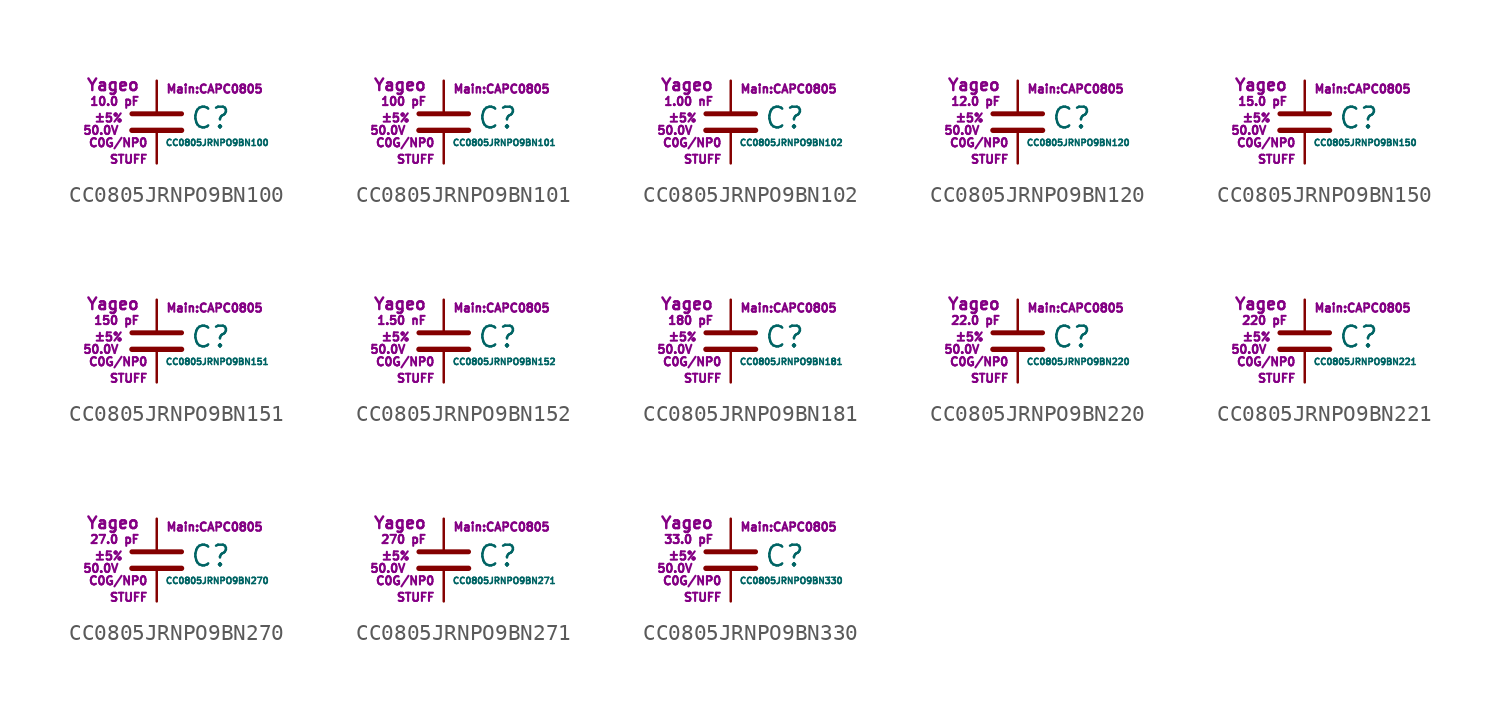
<source format=kicad_sym>
(kicad_symbol_lib
  (version 20211014)
  (generator kicad_symbol_editor)
  (symbol "CC0805JRNPO9BN100"
    (pin_numbers hide)
    (pin_names
      (offset 0.254) hide)
    (property "Reference" "C"
      (at 2.032 0.254 0)
      (effects (font (size 1.27 1.27)) (justify left)))
    (property "Value" "CC0805JRNPO9BN100"
      (at 0.508 -1.27 0)
      (effects (font (size 0.381 0.381)) (justify left)))
    (property "Footprint" "Main:CAPC0805"
      (at 3.556 2.032 0)
      (effects (font (size 0.508 0.508))))
    (property "Datasheet" ""
      (at 0.762 0.508 0)
      (effects (font (size 1.27 1.27))))
    (property "Manufacturer" "Yageo"
      (at -1.016 2.286 0)
      (effects (font (size 0.711 0.711)) (justify right)))
    (property "SKU" "STUFF"
      (at -0.508 -2.286 0)
      (effects (font (size 0.508 0.508)) (justify right)))
    (property "C" "10.0 pF"
      (at -1.016 1.27 0)
      (effects (font (size 0.508 0.508)) (justify right)))
    (property "Tol" "±5%"
      (at -2.032 0.254 0)
      (effects (font (size 0.508 0.508)) (justify right)))
    (property "Vmax" "50.0V"
      (at -2.286 -0.508 0)
      (effects (font (size 0.508 0.508)) (justify right)))
    (property "Type" "C0G/NP0"
      (at -0.508 -1.27 0)
      (effects (font (size 0.508 0.508)) (justify right)))
    (symbol "CC0805JRNPO9BN100_0_1"
      (polyline (pts (xy -1.524 -0.508) (xy 1.524 -0.508)) (stroke (width 0.33) (type default) (color 0 0 0 0)) (fill (type none)))
      (polyline (pts (xy -1.524 0.508) (xy 1.524 0.508)) (stroke (width 0.305) (type default) (color 0 0 0 0)) (fill (type none))))
    (symbol "CC0805JRNPO9BN100_1_1"
      (pin passive line (at 0 2.54 270) (length 1.905) (name "~" (effects (font (size 1.016 1.016)))) (number "1" (effects (font (size 1.016 1.016)))))
      (pin passive line (at 0 -2.54 90) (length 2.032) (name "~" (effects (font (size 1.016 1.016)))) (number "2" (effects (font (size 1.016 1.016)))))))
  (symbol "CC0805JRNPO9BN101"
    (pin_numbers hide)
    (pin_names
      (offset 0.254) hide)
    (property "Reference" "C"
      (at 2.032 0.254 0)
      (effects (font (size 1.27 1.27)) (justify left)))
    (property "Value" "CC0805JRNPO9BN101"
      (at 0.508 -1.27 0)
      (effects (font (size 0.381 0.381)) (justify left)))
    (property "Footprint" "Main:CAPC0805"
      (at 3.556 2.032 0)
      (effects (font (size 0.508 0.508))))
    (property "Datasheet" ""
      (at 0.762 0.508 0)
      (effects (font (size 1.27 1.27))))
    (property "Manufacturer" "Yageo"
      (at -1.016 2.286 0)
      (effects (font (size 0.711 0.711)) (justify right)))
    (property "SKU" "STUFF"
      (at -0.508 -2.286 0)
      (effects (font (size 0.508 0.508)) (justify right)))
    (property "C" "100 pF"
      (at -1.016 1.27 0)
      (effects (font (size 0.508 0.508)) (justify right)))
    (property "Tol" "±5%"
      (at -2.032 0.254 0)
      (effects (font (size 0.508 0.508)) (justify right)))
    (property "Vmax" "50.0V"
      (at -2.286 -0.508 0)
      (effects (font (size 0.508 0.508)) (justify right)))
    (property "Type" "C0G/NP0"
      (at -0.508 -1.27 0)
      (effects (font (size 0.508 0.508)) (justify right)))
    (symbol "CC0805JRNPO9BN101_0_1"
      (polyline (pts (xy -1.524 -0.508) (xy 1.524 -0.508)) (stroke (width 0.33) (type default) (color 0 0 0 0)) (fill (type none)))
      (polyline (pts (xy -1.524 0.508) (xy 1.524 0.508)) (stroke (width 0.305) (type default) (color 0 0 0 0)) (fill (type none))))
    (symbol "CC0805JRNPO9BN101_1_1"
      (pin passive line (at 0 2.54 270) (length 1.905) (name "~" (effects (font (size 1.016 1.016)))) (number "1" (effects (font (size 1.016 1.016)))))
      (pin passive line (at 0 -2.54 90) (length 2.032) (name "~" (effects (font (size 1.016 1.016)))) (number "2" (effects (font (size 1.016 1.016)))))))
  (symbol "CC0805JRNPO9BN102"
    (pin_numbers hide)
    (pin_names
      (offset 0.254) hide)
    (property "Reference" "C"
      (at 2.032 0.254 0)
      (effects (font (size 1.27 1.27)) (justify left)))
    (property "Value" "CC0805JRNPO9BN102"
      (at 0.508 -1.27 0)
      (effects (font (size 0.381 0.381)) (justify left)))
    (property "Footprint" "Main:CAPC0805"
      (at 3.556 2.032 0)
      (effects (font (size 0.508 0.508))))
    (property "Datasheet" ""
      (at 0.762 0.508 0)
      (effects (font (size 1.27 1.27))))
    (property "Manufacturer" "Yageo"
      (at -1.016 2.286 0)
      (effects (font (size 0.711 0.711)) (justify right)))
    (property "SKU" "STUFF"
      (at -0.508 -2.286 0)
      (effects (font (size 0.508 0.508)) (justify right)))
    (property "C" "1.00 nF"
      (at -1.016 1.27 0)
      (effects (font (size 0.508 0.508)) (justify right)))
    (property "Tol" "±5%"
      (at -2.032 0.254 0)
      (effects (font (size 0.508 0.508)) (justify right)))
    (property "Vmax" "50.0V"
      (at -2.286 -0.508 0)
      (effects (font (size 0.508 0.508)) (justify right)))
    (property "Type" "C0G/NP0"
      (at -0.508 -1.27 0)
      (effects (font (size 0.508 0.508)) (justify right)))
    (symbol "CC0805JRNPO9BN102_0_1"
      (polyline (pts (xy -1.524 -0.508) (xy 1.524 -0.508)) (stroke (width 0.33) (type default) (color 0 0 0 0)) (fill (type none)))
      (polyline (pts (xy -1.524 0.508) (xy 1.524 0.508)) (stroke (width 0.305) (type default) (color 0 0 0 0)) (fill (type none))))
    (symbol "CC0805JRNPO9BN102_1_1"
      (pin passive line (at 0 2.54 270) (length 1.905) (name "~" (effects (font (size 1.016 1.016)))) (number "1" (effects (font (size 1.016 1.016)))))
      (pin passive line (at 0 -2.54 90) (length 2.032) (name "~" (effects (font (size 1.016 1.016)))) (number "2" (effects (font (size 1.016 1.016)))))))
  (symbol "CC0805JRNPO9BN120"
    (pin_numbers hide)
    (pin_names
      (offset 0.254) hide)
    (property "Reference" "C"
      (at 2.032 0.254 0)
      (effects (font (size 1.27 1.27)) (justify left)))
    (property "Value" "CC0805JRNPO9BN120"
      (at 0.508 -1.27 0)
      (effects (font (size 0.381 0.381)) (justify left)))
    (property "Footprint" "Main:CAPC0805"
      (at 3.556 2.032 0)
      (effects (font (size 0.508 0.508))))
    (property "Datasheet" ""
      (at 0.762 0.508 0)
      (effects (font (size 1.27 1.27))))
    (property "Manufacturer" "Yageo"
      (at -1.016 2.286 0)
      (effects (font (size 0.711 0.711)) (justify right)))
    (property "SKU" "STUFF"
      (at -0.508 -2.286 0)
      (effects (font (size 0.508 0.508)) (justify right)))
    (property "C" "12.0 pF"
      (at -1.016 1.27 0)
      (effects (font (size 0.508 0.508)) (justify right)))
    (property "Tol" "±5%"
      (at -2.032 0.254 0)
      (effects (font (size 0.508 0.508)) (justify right)))
    (property "Vmax" "50.0V"
      (at -2.286 -0.508 0)
      (effects (font (size 0.508 0.508)) (justify right)))
    (property "Type" "C0G/NP0"
      (at -0.508 -1.27 0)
      (effects (font (size 0.508 0.508)) (justify right)))
    (symbol "CC0805JRNPO9BN120_0_1"
      (polyline (pts (xy -1.524 -0.508) (xy 1.524 -0.508)) (stroke (width 0.33) (type default) (color 0 0 0 0)) (fill (type none)))
      (polyline (pts (xy -1.524 0.508) (xy 1.524 0.508)) (stroke (width 0.305) (type default) (color 0 0 0 0)) (fill (type none))))
    (symbol "CC0805JRNPO9BN120_1_1"
      (pin passive line (at 0 2.54 270) (length 1.905) (name "~" (effects (font (size 1.016 1.016)))) (number "1" (effects (font (size 1.016 1.016)))))
      (pin passive line (at 0 -2.54 90) (length 2.032) (name "~" (effects (font (size 1.016 1.016)))) (number "2" (effects (font (size 1.016 1.016)))))))
  (symbol "CC0805JRNPO9BN150"
    (pin_numbers hide)
    (pin_names
      (offset 0.254) hide)
    (property "Reference" "C"
      (at 2.032 0.254 0)
      (effects (font (size 1.27 1.27)) (justify left)))
    (property "Value" "CC0805JRNPO9BN150"
      (at 0.508 -1.27 0)
      (effects (font (size 0.381 0.381)) (justify left)))
    (property "Footprint" "Main:CAPC0805"
      (at 3.556 2.032 0)
      (effects (font (size 0.508 0.508))))
    (property "Datasheet" ""
      (at 0.762 0.508 0)
      (effects (font (size 1.27 1.27))))
    (property "Manufacturer" "Yageo"
      (at -1.016 2.286 0)
      (effects (font (size 0.711 0.711)) (justify right)))
    (property "SKU" "STUFF"
      (at -0.508 -2.286 0)
      (effects (font (size 0.508 0.508)) (justify right)))
    (property "C" "15.0 pF"
      (at -1.016 1.27 0)
      (effects (font (size 0.508 0.508)) (justify right)))
    (property "Tol" "±5%"
      (at -2.032 0.254 0)
      (effects (font (size 0.508 0.508)) (justify right)))
    (property "Vmax" "50.0V"
      (at -2.286 -0.508 0)
      (effects (font (size 0.508 0.508)) (justify right)))
    (property "Type" "C0G/NP0"
      (at -0.508 -1.27 0)
      (effects (font (size 0.508 0.508)) (justify right)))
    (symbol "CC0805JRNPO9BN150_0_1"
      (polyline (pts (xy -1.524 -0.508) (xy 1.524 -0.508)) (stroke (width 0.33) (type default) (color 0 0 0 0)) (fill (type none)))
      (polyline (pts (xy -1.524 0.508) (xy 1.524 0.508)) (stroke (width 0.305) (type default) (color 0 0 0 0)) (fill (type none))))
    (symbol "CC0805JRNPO9BN150_1_1"
      (pin passive line (at 0 2.54 270) (length 1.905) (name "~" (effects (font (size 1.016 1.016)))) (number "1" (effects (font (size 1.016 1.016)))))
      (pin passive line (at 0 -2.54 90) (length 2.032) (name "~" (effects (font (size 1.016 1.016)))) (number "2" (effects (font (size 1.016 1.016)))))))
  (symbol "CC0805JRNPO9BN151"
    (pin_numbers hide)
    (pin_names
      (offset 0.254) hide)
    (property "Reference" "C"
      (at 2.032 0.254 0)
      (effects (font (size 1.27 1.27)) (justify left)))
    (property "Value" "CC0805JRNPO9BN151"
      (at 0.508 -1.27 0)
      (effects (font (size 0.381 0.381)) (justify left)))
    (property "Footprint" "Main:CAPC0805"
      (at 3.556 2.032 0)
      (effects (font (size 0.508 0.508))))
    (property "Datasheet" ""
      (at 0.762 0.508 0)
      (effects (font (size 1.27 1.27))))
    (property "Manufacturer" "Yageo"
      (at -1.016 2.286 0)
      (effects (font (size 0.711 0.711)) (justify right)))
    (property "SKU" "STUFF"
      (at -0.508 -2.286 0)
      (effects (font (size 0.508 0.508)) (justify right)))
    (property "C" "150 pF"
      (at -1.016 1.27 0)
      (effects (font (size 0.508 0.508)) (justify right)))
    (property "Tol" "±5%"
      (at -2.032 0.254 0)
      (effects (font (size 0.508 0.508)) (justify right)))
    (property "Vmax" "50.0V"
      (at -2.286 -0.508 0)
      (effects (font (size 0.508 0.508)) (justify right)))
    (property "Type" "C0G/NP0"
      (at -0.508 -1.27 0)
      (effects (font (size 0.508 0.508)) (justify right)))
    (symbol "CC0805JRNPO9BN151_0_1"
      (polyline (pts (xy -1.524 -0.508) (xy 1.524 -0.508)) (stroke (width 0.33) (type default) (color 0 0 0 0)) (fill (type none)))
      (polyline (pts (xy -1.524 0.508) (xy 1.524 0.508)) (stroke (width 0.305) (type default) (color 0 0 0 0)) (fill (type none))))
    (symbol "CC0805JRNPO9BN151_1_1"
      (pin passive line (at 0 2.54 270) (length 1.905) (name "~" (effects (font (size 1.016 1.016)))) (number "1" (effects (font (size 1.016 1.016)))))
      (pin passive line (at 0 -2.54 90) (length 2.032) (name "~" (effects (font (size 1.016 1.016)))) (number "2" (effects (font (size 1.016 1.016)))))))
  (symbol "CC0805JRNPO9BN152"
    (pin_numbers hide)
    (pin_names
      (offset 0.254) hide)
    (property "Reference" "C"
      (at 2.032 0.254 0)
      (effects (font (size 1.27 1.27)) (justify left)))
    (property "Value" "CC0805JRNPO9BN152"
      (at 0.508 -1.27 0)
      (effects (font (size 0.381 0.381)) (justify left)))
    (property "Footprint" "Main:CAPC0805"
      (at 3.556 2.032 0)
      (effects (font (size 0.508 0.508))))
    (property "Datasheet" ""
      (at 0.762 0.508 0)
      (effects (font (size 1.27 1.27))))
    (property "Manufacturer" "Yageo"
      (at -1.016 2.286 0)
      (effects (font (size 0.711 0.711)) (justify right)))
    (property "SKU" "STUFF"
      (at -0.508 -2.286 0)
      (effects (font (size 0.508 0.508)) (justify right)))
    (property "C" "1.50 nF"
      (at -1.016 1.27 0)
      (effects (font (size 0.508 0.508)) (justify right)))
    (property "Tol" "±5%"
      (at -2.032 0.254 0)
      (effects (font (size 0.508 0.508)) (justify right)))
    (property "Vmax" "50.0V"
      (at -2.286 -0.508 0)
      (effects (font (size 0.508 0.508)) (justify right)))
    (property "Type" "C0G/NP0"
      (at -0.508 -1.27 0)
      (effects (font (size 0.508 0.508)) (justify right)))
    (symbol "CC0805JRNPO9BN152_0_1"
      (polyline (pts (xy -1.524 -0.508) (xy 1.524 -0.508)) (stroke (width 0.33) (type default) (color 0 0 0 0)) (fill (type none)))
      (polyline (pts (xy -1.524 0.508) (xy 1.524 0.508)) (stroke (width 0.305) (type default) (color 0 0 0 0)) (fill (type none))))
    (symbol "CC0805JRNPO9BN152_1_1"
      (pin passive line (at 0 2.54 270) (length 1.905) (name "~" (effects (font (size 1.016 1.016)))) (number "1" (effects (font (size 1.016 1.016)))))
      (pin passive line (at 0 -2.54 90) (length 2.032) (name "~" (effects (font (size 1.016 1.016)))) (number "2" (effects (font (size 1.016 1.016)))))))
  (symbol "CC0805JRNPO9BN181"
    (pin_numbers hide)
    (pin_names
      (offset 0.254) hide)
    (property "Reference" "C"
      (at 2.032 0.254 0)
      (effects (font (size 1.27 1.27)) (justify left)))
    (property "Value" "CC0805JRNPO9BN181"
      (at 0.508 -1.27 0)
      (effects (font (size 0.381 0.381)) (justify left)))
    (property "Footprint" "Main:CAPC0805"
      (at 3.556 2.032 0)
      (effects (font (size 0.508 0.508))))
    (property "Datasheet" ""
      (at 0.762 0.508 0)
      (effects (font (size 1.27 1.27))))
    (property "Manufacturer" "Yageo"
      (at -1.016 2.286 0)
      (effects (font (size 0.711 0.711)) (justify right)))
    (property "SKU" "STUFF"
      (at -0.508 -2.286 0)
      (effects (font (size 0.508 0.508)) (justify right)))
    (property "C" "180 pF"
      (at -1.016 1.27 0)
      (effects (font (size 0.508 0.508)) (justify right)))
    (property "Tol" "±5%"
      (at -2.032 0.254 0)
      (effects (font (size 0.508 0.508)) (justify right)))
    (property "Vmax" "50.0V"
      (at -2.286 -0.508 0)
      (effects (font (size 0.508 0.508)) (justify right)))
    (property "Type" "C0G/NP0"
      (at -0.508 -1.27 0)
      (effects (font (size 0.508 0.508)) (justify right)))
    (symbol "CC0805JRNPO9BN181_0_1"
      (polyline (pts (xy -1.524 -0.508) (xy 1.524 -0.508)) (stroke (width 0.33) (type default) (color 0 0 0 0)) (fill (type none)))
      (polyline (pts (xy -1.524 0.508) (xy 1.524 0.508)) (stroke (width 0.305) (type default) (color 0 0 0 0)) (fill (type none))))
    (symbol "CC0805JRNPO9BN181_1_1"
      (pin passive line (at 0 2.54 270) (length 1.905) (name "~" (effects (font (size 1.016 1.016)))) (number "1" (effects (font (size 1.016 1.016)))))
      (pin passive line (at 0 -2.54 90) (length 2.032) (name "~" (effects (font (size 1.016 1.016)))) (number "2" (effects (font (size 1.016 1.016)))))))
  (symbol "CC0805JRNPO9BN220"
    (pin_numbers hide)
    (pin_names
      (offset 0.254) hide)
    (property "Reference" "C"
      (at 2.032 0.254 0)
      (effects (font (size 1.27 1.27)) (justify left)))
    (property "Value" "CC0805JRNPO9BN220"
      (at 0.508 -1.27 0)
      (effects (font (size 0.381 0.381)) (justify left)))
    (property "Footprint" "Main:CAPC0805"
      (at 3.556 2.032 0)
      (effects (font (size 0.508 0.508))))
    (property "Datasheet" ""
      (at 0.762 0.508 0)
      (effects (font (size 1.27 1.27))))
    (property "Manufacturer" "Yageo"
      (at -1.016 2.286 0)
      (effects (font (size 0.711 0.711)) (justify right)))
    (property "SKU" "STUFF"
      (at -0.508 -2.286 0)
      (effects (font (size 0.508 0.508)) (justify right)))
    (property "C" "22.0 pF"
      (at -1.016 1.27 0)
      (effects (font (size 0.508 0.508)) (justify right)))
    (property "Tol" "±5%"
      (at -2.032 0.254 0)
      (effects (font (size 0.508 0.508)) (justify right)))
    (property "Vmax" "50.0V"
      (at -2.286 -0.508 0)
      (effects (font (size 0.508 0.508)) (justify right)))
    (property "Type" "C0G/NP0"
      (at -0.508 -1.27 0)
      (effects (font (size 0.508 0.508)) (justify right)))
    (symbol "CC0805JRNPO9BN220_0_1"
      (polyline (pts (xy -1.524 -0.508) (xy 1.524 -0.508)) (stroke (width 0.33) (type default) (color 0 0 0 0)) (fill (type none)))
      (polyline (pts (xy -1.524 0.508) (xy 1.524 0.508)) (stroke (width 0.305) (type default) (color 0 0 0 0)) (fill (type none))))
    (symbol "CC0805JRNPO9BN220_1_1"
      (pin passive line (at 0 2.54 270) (length 1.905) (name "~" (effects (font (size 1.016 1.016)))) (number "1" (effects (font (size 1.016 1.016)))))
      (pin passive line (at 0 -2.54 90) (length 2.032) (name "~" (effects (font (size 1.016 1.016)))) (number "2" (effects (font (size 1.016 1.016)))))))
  (symbol "CC0805JRNPO9BN221"
    (pin_numbers hide)
    (pin_names
      (offset 0.254) hide)
    (property "Reference" "C"
      (at 2.032 0.254 0)
      (effects (font (size 1.27 1.27)) (justify left)))
    (property "Value" "CC0805JRNPO9BN221"
      (at 0.508 -1.27 0)
      (effects (font (size 0.381 0.381)) (justify left)))
    (property "Footprint" "Main:CAPC0805"
      (at 3.556 2.032 0)
      (effects (font (size 0.508 0.508))))
    (property "Datasheet" ""
      (at 0.762 0.508 0)
      (effects (font (size 1.27 1.27))))
    (property "Manufacturer" "Yageo"
      (at -1.016 2.286 0)
      (effects (font (size 0.711 0.711)) (justify right)))
    (property "SKU" "STUFF"
      (at -0.508 -2.286 0)
      (effects (font (size 0.508 0.508)) (justify right)))
    (property "C" "220 pF"
      (at -1.016 1.27 0)
      (effects (font (size 0.508 0.508)) (justify right)))
    (property "Tol" "±5%"
      (at -2.032 0.254 0)
      (effects (font (size 0.508 0.508)) (justify right)))
    (property "Vmax" "50.0V"
      (at -2.286 -0.508 0)
      (effects (font (size 0.508 0.508)) (justify right)))
    (property "Type" "C0G/NP0"
      (at -0.508 -1.27 0)
      (effects (font (size 0.508 0.508)) (justify right)))
    (symbol "CC0805JRNPO9BN221_0_1"
      (polyline (pts (xy -1.524 -0.508) (xy 1.524 -0.508)) (stroke (width 0.33) (type default) (color 0 0 0 0)) (fill (type none)))
      (polyline (pts (xy -1.524 0.508) (xy 1.524 0.508)) (stroke (width 0.305) (type default) (color 0 0 0 0)) (fill (type none))))
    (symbol "CC0805JRNPO9BN221_1_1"
      (pin passive line (at 0 2.54 270) (length 1.905) (name "~" (effects (font (size 1.016 1.016)))) (number "1" (effects (font (size 1.016 1.016)))))
      (pin passive line (at 0 -2.54 90) (length 2.032) (name "~" (effects (font (size 1.016 1.016)))) (number "2" (effects (font (size 1.016 1.016)))))))
  (symbol "CC0805JRNPO9BN270"
    (pin_numbers hide)
    (pin_names
      (offset 0.254) hide)
    (property "Reference" "C"
      (at 2.032 0.254 0)
      (effects (font (size 1.27 1.27)) (justify left)))
    (property "Value" "CC0805JRNPO9BN270"
      (at 0.508 -1.27 0)
      (effects (font (size 0.381 0.381)) (justify left)))
    (property "Footprint" "Main:CAPC0805"
      (at 3.556 2.032 0)
      (effects (font (size 0.508 0.508))))
    (property "Datasheet" ""
      (at 0.762 0.508 0)
      (effects (font (size 1.27 1.27))))
    (property "Manufacturer" "Yageo"
      (at -1.016 2.286 0)
      (effects (font (size 0.711 0.711)) (justify right)))
    (property "SKU" "STUFF"
      (at -0.508 -2.286 0)
      (effects (font (size 0.508 0.508)) (justify right)))
    (property "C" "27.0 pF"
      (at -1.016 1.27 0)
      (effects (font (size 0.508 0.508)) (justify right)))
    (property "Tol" "±5%"
      (at -2.032 0.254 0)
      (effects (font (size 0.508 0.508)) (justify right)))
    (property "Vmax" "50.0V"
      (at -2.286 -0.508 0)
      (effects (font (size 0.508 0.508)) (justify right)))
    (property "Type" "C0G/NP0"
      (at -0.508 -1.27 0)
      (effects (font (size 0.508 0.508)) (justify right)))
    (symbol "CC0805JRNPO9BN270_0_1"
      (polyline (pts (xy -1.524 -0.508) (xy 1.524 -0.508)) (stroke (width 0.33) (type default) (color 0 0 0 0)) (fill (type none)))
      (polyline (pts (xy -1.524 0.508) (xy 1.524 0.508)) (stroke (width 0.305) (type default) (color 0 0 0 0)) (fill (type none))))
    (symbol "CC0805JRNPO9BN270_1_1"
      (pin passive line (at 0 2.54 270) (length 1.905) (name "~" (effects (font (size 1.016 1.016)))) (number "1" (effects (font (size 1.016 1.016)))))
      (pin passive line (at 0 -2.54 90) (length 2.032) (name "~" (effects (font (size 1.016 1.016)))) (number "2" (effects (font (size 1.016 1.016)))))))
  (symbol "CC0805JRNPO9BN271"
    (pin_numbers hide)
    (pin_names
      (offset 0.254) hide)
    (property "Reference" "C"
      (at 2.032 0.254 0)
      (effects (font (size 1.27 1.27)) (justify left)))
    (property "Value" "CC0805JRNPO9BN271"
      (at 0.508 -1.27 0)
      (effects (font (size 0.381 0.381)) (justify left)))
    (property "Footprint" "Main:CAPC0805"
      (at 3.556 2.032 0)
      (effects (font (size 0.508 0.508))))
    (property "Datasheet" ""
      (at 0.762 0.508 0)
      (effects (font (size 1.27 1.27))))
    (property "Manufacturer" "Yageo"
      (at -1.016 2.286 0)
      (effects (font (size 0.711 0.711)) (justify right)))
    (property "SKU" "STUFF"
      (at -0.508 -2.286 0)
      (effects (font (size 0.508 0.508)) (justify right)))
    (property "C" "270 pF"
      (at -1.016 1.27 0)
      (effects (font (size 0.508 0.508)) (justify right)))
    (property "Tol" "±5%"
      (at -2.032 0.254 0)
      (effects (font (size 0.508 0.508)) (justify right)))
    (property "Vmax" "50.0V"
      (at -2.286 -0.508 0)
      (effects (font (size 0.508 0.508)) (justify right)))
    (property "Type" "C0G/NP0"
      (at -0.508 -1.27 0)
      (effects (font (size 0.508 0.508)) (justify right)))
    (symbol "CC0805JRNPO9BN271_0_1"
      (polyline (pts (xy -1.524 -0.508) (xy 1.524 -0.508)) (stroke (width 0.33) (type default) (color 0 0 0 0)) (fill (type none)))
      (polyline (pts (xy -1.524 0.508) (xy 1.524 0.508)) (stroke (width 0.305) (type default) (color 0 0 0 0)) (fill (type none))))
    (symbol "CC0805JRNPO9BN271_1_1"
      (pin passive line (at 0 2.54 270) (length 1.905) (name "~" (effects (font (size 1.016 1.016)))) (number "1" (effects (font (size 1.016 1.016)))))
      (pin passive line (at 0 -2.54 90) (length 2.032) (name "~" (effects (font (size 1.016 1.016)))) (number "2" (effects (font (size 1.016 1.016)))))))
  (symbol "CC0805JRNPO9BN330"
    (pin_numbers hide)
    (pin_names
      (offset 0.254) hide)
    (property "Reference" "C"
      (at 2.032 0.254 0)
      (effects (font (size 1.27 1.27)) (justify left)))
    (property "Value" "CC0805JRNPO9BN330"
      (at 0.508 -1.27 0)
      (effects (font (size 0.381 0.381)) (justify left)))
    (property "Footprint" "Main:CAPC0805"
      (at 3.556 2.032 0)
      (effects (font (size 0.508 0.508))))
    (property "Datasheet" ""
      (at 0.762 0.508 0)
      (effects (font (size 1.27 1.27))))
    (property "Manufacturer" "Yageo"
      (at -1.016 2.286 0)
      (effects (font (size 0.711 0.711)) (justify right)))
    (property "SKU" "STUFF"
      (at -0.508 -2.286 0)
      (effects (font (size 0.508 0.508)) (justify right)))
    (property "C" "33.0 pF"
      (at -1.016 1.27 0)
      (effects (font (size 0.508 0.508)) (justify right)))
    (property "Tol" "±5%"
      (at -2.032 0.254 0)
      (effects (font (size 0.508 0.508)) (justify right)))
    (property "Vmax" "50.0V"
      (at -2.286 -0.508 0)
      (effects (font (size 0.508 0.508)) (justify right)))
    (property "Type" "C0G/NP0"
      (at -0.508 -1.27 0)
      (effects (font (size 0.508 0.508)) (justify right)))
    (symbol "CC0805JRNPO9BN330_0_1"
      (polyline (pts (xy -1.524 -0.508) (xy 1.524 -0.508)) (stroke (width 0.33) (type default) (color 0 0 0 0)) (fill (type none)))
      (polyline (pts (xy -1.524 0.508) (xy 1.524 0.508)) (stroke (width 0.305) (type default) (color 0 0 0 0)) (fill (type none))))
    (symbol "CC0805JRNPO9BN330_1_1"
      (pin passive line (at 0 2.54 270) (length 1.905) (name "~" (effects (font (size 1.016 1.016)))) (number "1" (effects (font (size 1.016 1.016)))))
      (pin passive line (at 0 -2.54 90) (length 2.032) (name "~" (effects (font (size 1.016 1.016)))) (number "2" (effects (font (size 1.016 1.016))))))))
</source>
